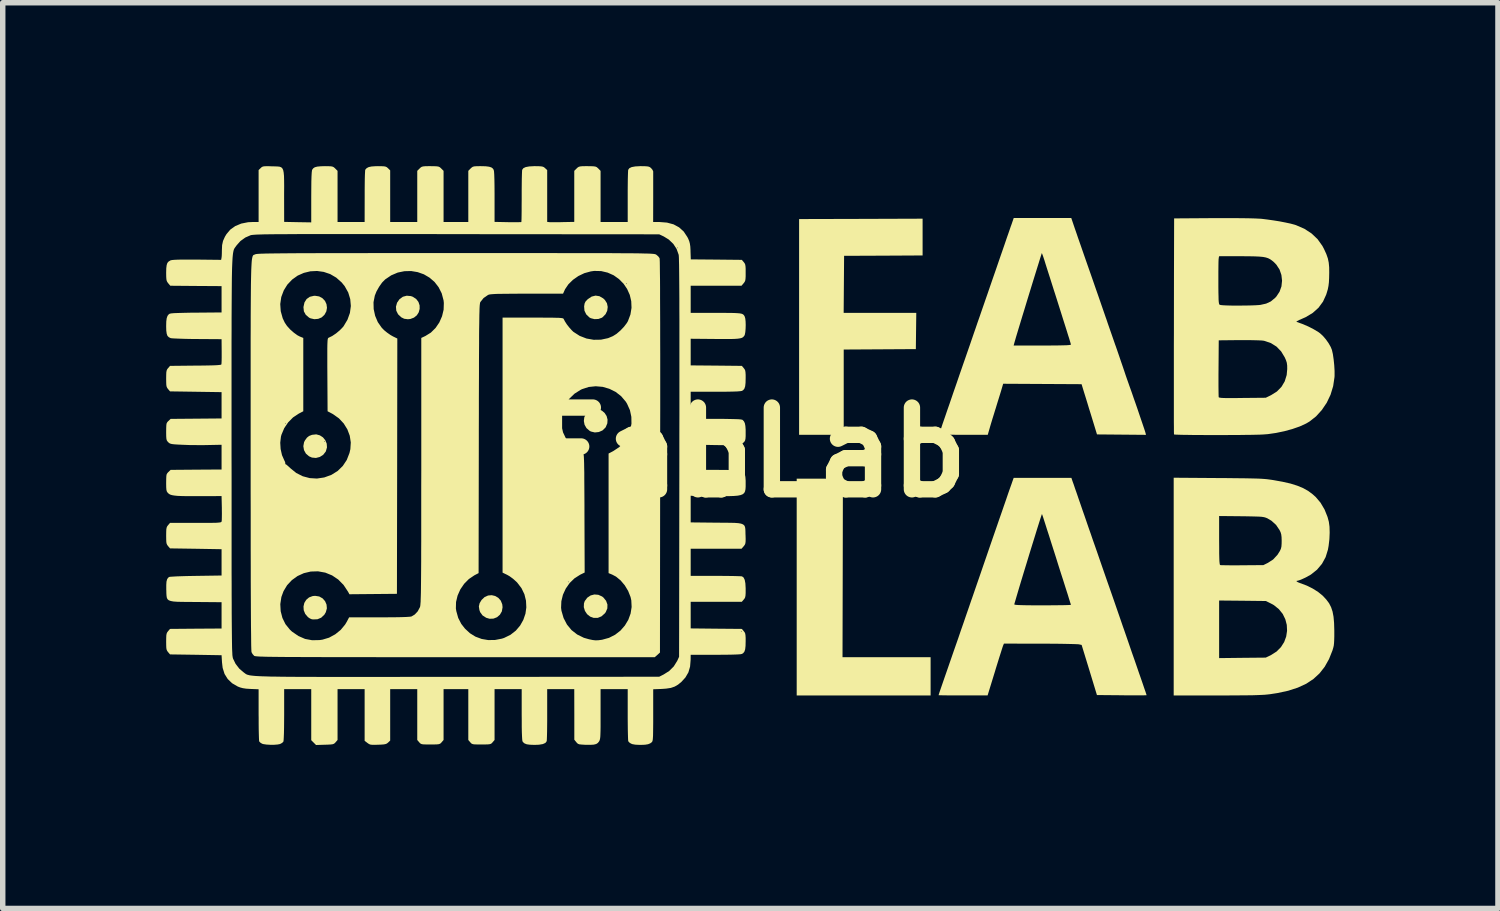
<source format=kicad_pcb>
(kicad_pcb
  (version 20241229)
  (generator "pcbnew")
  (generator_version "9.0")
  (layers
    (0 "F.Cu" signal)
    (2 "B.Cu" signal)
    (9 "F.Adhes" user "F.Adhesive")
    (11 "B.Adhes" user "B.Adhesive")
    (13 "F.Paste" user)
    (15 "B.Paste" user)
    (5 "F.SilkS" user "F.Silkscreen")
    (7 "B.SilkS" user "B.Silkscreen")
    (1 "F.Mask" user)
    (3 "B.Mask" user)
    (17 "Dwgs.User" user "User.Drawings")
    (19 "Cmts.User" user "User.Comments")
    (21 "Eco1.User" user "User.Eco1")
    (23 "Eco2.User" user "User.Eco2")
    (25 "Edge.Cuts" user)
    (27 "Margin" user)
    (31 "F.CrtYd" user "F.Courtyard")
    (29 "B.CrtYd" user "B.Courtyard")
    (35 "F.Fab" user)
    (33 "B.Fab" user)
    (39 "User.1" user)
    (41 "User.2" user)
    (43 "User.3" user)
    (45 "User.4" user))
  (footprint "FabLab"
    (layer "F.Cu")
    (at 10.725 5.253)
    (property "Reference" "FabLab" (at 0 0 0) (layer "F.SilkS") (effects (font (size 1.5 1.5) (thickness 0.3))))
    (attr board_only exclude_from_pos_files exclude_from_bom)
    (fp_poly (pts (xy 1.694 2.122) (xy 1.69 3.76) (xy 2.498 3.76) (xy 3.307 3.76) (xy 3.307 4.111) (xy 3.307 4.463) (xy 2.078 4.463) (xy 0.849 4.463) (xy 0.849 2.473) (xy 0.849 0.483) (xy 1.273 0.483) (xy 1.697 0.483)) (stroke (width 0) (type solid)) (fill yes) (layer "F.SilkS"))
    (fp_poly (pts (xy -6.233 -2.868) (xy -6.199 -2.856) (xy -6.135 -2.814) (xy -6.094 -2.76) (xy -6.073 -2.698) (xy -6.072 -2.633) (xy -6.089 -2.57) (xy -6.124 -2.515) (xy -6.176 -2.473) (xy -6.242 -2.448) (xy -6.288 -2.443) (xy -6.356 -2.452) (xy -6.41 -2.479) (xy -6.468 -2.534) (xy -6.501 -2.6) (xy -6.507 -2.673) (xy -6.487 -2.746) (xy -6.441 -2.812) (xy -6.38 -2.856) (xy -6.309 -2.875)) (stroke (width 0) (type solid)) (fill yes) (layer "F.SilkS"))
    (fp_poly (pts (xy -4.685 2.637) (xy -4.628 2.671) (xy -4.583 2.722) (xy -4.556 2.789) (xy -4.55 2.843) (xy -4.563 2.919) (xy -4.599 2.981) (xy -4.651 3.026) (xy -4.716 3.052) (xy -4.788 3.055) (xy -4.85 3.037) (xy -4.917 2.994) (xy -4.961 2.934) (xy -4.975 2.895) (xy -4.985 2.828) (xy -4.971 2.768) (xy -4.935 2.709) (xy -4.879 2.656) (xy -4.816 2.628) (xy -4.749 2.622)) (stroke (width 0) (type solid)) (fill yes) (layer "F.SilkS"))
    (fp_poly (pts (xy -2.792 2.615) (xy -2.723 2.646) (xy -2.7 2.664) (xy -2.65 2.725) (xy -2.625 2.794) (xy -2.627 2.865) (xy -2.656 2.933) (xy -2.673 2.956) (xy -2.735 3.011) (xy -2.804 3.039) (xy -2.877 3.039) (xy -2.941 3.016) (xy -2.998 2.971) (xy -3.038 2.911) (xy -3.059 2.842) (xy -3.056 2.773) (xy -3.042 2.731) (xy -2.995 2.668) (xy -2.934 2.627) (xy -2.865 2.609)) (stroke (width 0) (type solid)) (fill yes) (layer "F.SilkS"))
    (fp_poly (pts (xy 3.16 -3.952) (xy 3.16 -3.614) (xy 2.44 -3.61) (xy 1.719 -3.607) (xy 1.715 -3.084) (xy 1.711 -2.56) (xy 2.378 -2.56) (xy 3.044 -2.56) (xy 3.04 -2.228) (xy 3.036 -1.895) (xy 2.374 -1.891) (xy 1.712 -1.887) (xy 1.712 -1.105) (xy 1.712 -0.322) (xy 1.302 -0.322) (xy 0.893 -0.322) (xy 0.893 -2.302) (xy 0.893 -4.282) (xy 2.026 -4.285) (xy 3.16 -4.289)) (stroke (width 0) (type solid)) (fill yes) (layer "F.SilkS"))
    (fp_poly (pts (xy -7.917 -2.862) (xy -7.855 -2.828) (xy -7.809 -2.779) (xy -7.782 -2.719) (xy -7.773 -2.653) (xy -7.785 -2.587) (xy -7.819 -2.525) (xy -7.872 -2.476) (xy -7.935 -2.45) (xy -8.006 -2.444) (xy -8.076 -2.46) (xy -8.102 -2.473) (xy -8.162 -2.524) (xy -8.197 -2.588) (xy -8.205 -2.666) (xy -8.204 -2.671) (xy -8.186 -2.752) (xy -8.147 -2.814) (xy -8.089 -2.855) (xy -8.013 -2.873) (xy -7.993 -2.874)) (stroke (width 0) (type solid)) (fill yes) (layer "F.SilkS"))
    (fp_poly (pts (xy -2.788 -0.792) (xy -2.726 -0.765) (xy -2.676 -0.722) (xy -2.64 -0.666) (xy -2.623 -0.601) (xy -2.627 -0.533) (xy -2.655 -0.465) (xy -2.663 -0.453) (xy -2.716 -0.402) (xy -2.783 -0.373) (xy -2.856 -0.365) (xy -2.928 -0.382) (xy -2.952 -0.395) (xy -3.01 -0.445) (xy -3.045 -0.507) (xy -3.058 -0.575) (xy -3.05 -0.643) (xy -3.02 -0.706) (xy -2.968 -0.757) (xy -2.93 -0.778) (xy -2.857 -0.798)) (stroke (width 0) (type solid)) (fill yes) (layer "F.SilkS"))
    (fp_poly (pts (xy -7.915 2.646) (xy -7.853 2.681) (xy -7.808 2.732) (xy -7.781 2.795) (xy -7.775 2.864) (xy -7.794 2.934) (xy -7.821 2.98) (xy -7.879 3.035) (xy -7.948 3.064) (xy -8.029 3.067) (xy -8.055 3.063) (xy -8.087 3.049) (xy -8.122 3.025) (xy -8.123 3.024) (xy -8.173 2.965) (xy -8.2 2.898) (xy -8.204 2.83) (xy -8.189 2.764) (xy -8.154 2.707) (xy -8.102 2.663) (xy -8.035 2.638) (xy -7.99 2.634)) (stroke (width 0) (type solid)) (fill yes) (layer "F.SilkS"))
    (fp_poly (pts (xy -2.772 -2.866) (xy -2.704 -2.827) (xy -2.672 -2.797) (xy -2.634 -2.737) (xy -2.62 -2.669) (xy -2.629 -2.599) (xy -2.66 -2.535) (xy -2.712 -2.482) (xy -2.727 -2.471) (xy -2.791 -2.448) (xy -2.863 -2.445) (xy -2.93 -2.462) (xy -2.956 -2.476) (xy -3.014 -2.532) (xy -3.047 -2.6) (xy -3.053 -2.68) (xy -3.052 -2.685) (xy -3.044 -2.733) (xy -3.027 -2.768) (xy -2.993 -2.804) (xy -2.985 -2.812) (xy -2.915 -2.859) (xy -2.843 -2.877)) (stroke (width 0) (type solid)) (fill yes) (layer "F.SilkS"))
    (fp_poly (pts (xy -7.904 -0.312) (xy -7.847 -0.275) (xy -7.804 -0.222) (xy -7.778 -0.16) (xy -7.773 -0.091) (xy -7.793 -0.021) (xy -7.796 -0.014) (xy -7.843 0.046) (xy -7.905 0.085) (xy -7.976 0.103) (xy -8.049 0.096) (xy -8.102 0.073) (xy -8.16 0.023) (xy -8.195 -0.041) (xy -8.207 -0.113) (xy -8.194 -0.185) (xy -8.188 -0.198) (xy -7.828 -0.198) (xy -7.82 -0.19) (xy -7.813 -0.198) (xy -7.82 -0.205) (xy -7.828 -0.198) (xy -8.188 -0.198) (xy -8.177 -0.219) (xy -8.141 -0.269) (xy -8.103 -0.3) (xy -8.049 -0.321) (xy -8.043 -0.322) (xy -7.97 -0.33)) (stroke (width 0) (type solid)) (fill yes) (layer "F.SilkS"))
    (fp_poly (pts (xy 8.585 0.472) (xy 8.763 0.473) (xy 8.915 0.475) (xy 9.044 0.476) (xy 9.152 0.478) (xy 9.242 0.48) (xy 9.317 0.482) (xy 9.38 0.485) (xy 9.434 0.489) (xy 9.481 0.493) (xy 9.525 0.499) (xy 9.569 0.505) (xy 9.595 0.509) (xy 9.767 0.54) (xy 9.913 0.573) (xy 10.037 0.612) (xy 10.144 0.656) (xy 10.237 0.708) (xy 10.319 0.769) (xy 10.375 0.819) (xy 10.464 0.924) (xy 10.538 1.049) (xy 10.593 1.186) (xy 10.617 1.275) (xy 10.629 1.365) (xy 10.632 1.475) (xy 10.627 1.594) (xy 10.613 1.714) (xy 10.6 1.787) (xy 10.558 1.923) (xy 10.491 2.046) (xy 10.4 2.154) (xy 10.287 2.244) (xy 10.194 2.296) (xy 10.138 2.322) (xy 10.089 2.343) (xy 10.055 2.354) (xy 10.047 2.356) (xy 10.024 2.36) (xy 10.026 2.37) (xy 10.051 2.385) (xy 10.097 2.403) (xy 10.107 2.406) (xy 10.214 2.447) (xy 10.322 2.501) (xy 10.42 2.563) (xy 10.5 2.628) (xy 10.506 2.633) (xy 10.57 2.702) (xy 10.621 2.77) (xy 10.658 2.842) (xy 10.685 2.923) (xy 10.703 3.018) (xy 10.713 3.131) (xy 10.717 3.268) (xy 10.717 3.285) (xy 10.717 3.379) (xy 10.715 3.451) (xy 10.712 3.505) (xy 10.707 3.549) (xy 10.698 3.587) (xy 10.686 3.627) (xy 10.684 3.635) (xy 10.62 3.795) (xy 10.541 3.936) (xy 10.446 4.057) (xy 10.333 4.161) (xy 10.201 4.248) (xy 10.047 4.319) (xy 9.871 4.376) (xy 9.671 4.419) (xy 9.535 4.44) (xy 9.489 4.445) (xy 9.436 4.45) (xy 9.374 4.453) (xy 9.3 4.456) (xy 9.211 4.459) (xy 9.105 4.46) (xy 8.979 4.461) (xy 8.83 4.462) (xy 8.655 4.463) (xy 8.566 4.463) (xy 7.769 4.463) (xy 7.769 2.72) (xy 8.603 2.72) (xy 8.603 3.248) (xy 8.603 3.777) (xy 9.031 3.772) (xy 9.459 3.768) (xy 9.557 3.72) (xy 9.658 3.656) (xy 9.738 3.575) (xy 9.797 3.482) (xy 9.834 3.381) (xy 9.85 3.275) (xy 9.845 3.168) (xy 9.818 3.064) (xy 9.77 2.966) (xy 9.7 2.879) (xy 9.61 2.806) (xy 9.558 2.777) (xy 9.46 2.729) (xy 9.032 2.724) (xy 8.603 2.72) (xy 7.769 2.72) (xy 7.769 2.464) (xy 7.769 1.169) (xy 8.603 1.169) (xy 8.603 1.615) (xy 8.604 1.748) (xy 8.604 1.854) (xy 8.606 1.936) (xy 8.608 1.996) (xy 8.612 2.036) (xy 8.616 2.06) (xy 8.622 2.069) (xy 8.641 2.071) (xy 8.685 2.072) (xy 8.75 2.073) (xy 8.833 2.074) (xy 8.928 2.074) (xy 9.028 2.073) (xy 9.415 2.07) (xy 9.498 2.029) (xy 9.594 1.967) (xy 9.674 1.881) (xy 9.718 1.811) (xy 9.736 1.772) (xy 9.746 1.732) (xy 9.75 1.679) (xy 9.751 1.624) (xy 9.749 1.556) (xy 9.743 1.507) (xy 9.731 1.466) (xy 9.712 1.427) (xy 9.648 1.332) (xy 9.564 1.256) (xy 9.488 1.211) (xy 9.466 1.202) (xy 9.443 1.194) (xy 9.416 1.188) (xy 9.382 1.183) (xy 9.336 1.18) (xy 9.275 1.178) (xy 9.195 1.176) (xy 9.092 1.174) (xy 9.009 1.173) (xy 8.603 1.169) (xy 7.769 1.169) (xy 7.769 0.466)) (stroke (width 0) (type solid)) (fill yes) (layer "F.SilkS"))
    (fp_poly (pts (xy 5.361 -4.302) (xy 5.889 -4.301) (xy 5.952 -4.115) (xy 5.982 -4.029) (xy 6.013 -3.938) (xy 6.043 -3.852) (xy 6.065 -3.79) (xy 6.089 -3.72) (xy 6.121 -3.628) (xy 6.159 -3.519) (xy 6.202 -3.396) (xy 6.248 -3.265) (xy 6.295 -3.13) (xy 6.342 -2.994) (xy 6.388 -2.863) (xy 6.43 -2.741) (xy 6.468 -2.631) (xy 6.5 -2.539) (xy 6.524 -2.469) (xy 6.531 -2.451) (xy 6.556 -2.376) (xy 6.589 -2.281) (xy 6.626 -2.175) (xy 6.664 -2.066) (xy 6.7 -1.962) (xy 6.701 -1.961) (xy 6.736 -1.86) (xy 6.771 -1.758) (xy 6.804 -1.661) (xy 6.833 -1.577) (xy 6.855 -1.512) (xy 6.857 -1.507) (xy 6.883 -1.428) (xy 6.912 -1.344) (xy 6.939 -1.268) (xy 6.95 -1.236) (xy 6.973 -1.172) (xy 7.002 -1.091) (xy 7.033 -1) (xy 7.068 -0.901) (xy 7.103 -0.8) (xy 7.137 -0.699) (xy 7.169 -0.605) (xy 7.198 -0.52) (xy 7.222 -0.449) (xy 7.24 -0.395) (xy 7.249 -0.365) (xy 7.251 -0.36) (xy 7.26 -0.321) (xy 6.81 -0.325) (xy 6.361 -0.329) (xy 6.247 -0.702) (xy 6.214 -0.807) (xy 6.184 -0.907) (xy 6.156 -0.998) (xy 6.132 -1.075) (xy 6.114 -1.133) (xy 6.105 -1.163) (xy 6.078 -1.251) (xy 5.358 -1.255) (xy 4.639 -1.259) (xy 4.601 -1.13) (xy 4.582 -1.068) (xy 4.557 -0.987) (xy 4.529 -0.897) (xy 4.502 -0.808) (xy 4.496 -0.79) (xy 4.469 -0.702) (xy 4.441 -0.612) (xy 4.416 -0.529) (xy 4.396 -0.461) (xy 4.393 -0.45) (xy 4.356 -0.322) (xy 3.912 -0.322) (xy 3.781 -0.322) (xy 3.67 -0.324) (xy 3.582 -0.326) (xy 3.517 -0.329) (xy 3.479 -0.332) (xy 3.468 -0.336) (xy 3.472 -0.354) (xy 3.485 -0.395) (xy 3.504 -0.453) (xy 3.527 -0.523) (xy 3.542 -0.566) (xy 3.576 -0.664) (xy 3.614 -0.776) (xy 3.654 -0.89) (xy 3.689 -0.993) (xy 3.695 -1.01) (xy 3.722 -1.09) (xy 3.757 -1.19) (xy 3.796 -1.303) (xy 3.837 -1.423) (xy 3.878 -1.541) (xy 3.899 -1.602) (xy 3.939 -1.716) (xy 3.98 -1.835) (xy 4.021 -1.953) (xy 4.024 -1.961) (xy 4.831 -1.961) (xy 5.356 -1.961) (xy 5.51 -1.961) (xy 5.635 -1.962) (xy 5.733 -1.964) (xy 5.806 -1.966) (xy 5.853 -1.97) (xy 5.878 -1.974) (xy 5.882 -1.977) (xy 5.881 -1.983) (xy 5.878 -1.996) (xy 5.872 -2.018) (xy 5.862 -2.05) (xy 5.849 -2.095) (xy 5.83 -2.153) (xy 5.807 -2.228) (xy 5.778 -2.32) (xy 5.742 -2.433) (xy 5.7 -2.567) (xy 5.65 -2.725) (xy 5.592 -2.908) (xy 5.574 -2.963) (xy 5.537 -3.08) (xy 5.501 -3.194) (xy 5.467 -3.3) (xy 5.437 -3.394) (xy 5.413 -3.47) (xy 5.396 -3.526) (xy 5.389 -3.546) (xy 5.372 -3.598) (xy 5.358 -3.636) (xy 5.35 -3.655) (xy 5.348 -3.656) (xy 5.343 -3.641) (xy 5.33 -3.601) (xy 5.311 -3.54) (xy 5.286 -3.459) (xy 5.256 -3.363) (xy 5.222 -3.253) (xy 5.185 -3.134) (xy 5.146 -3.007) (xy 5.106 -2.877) (xy 5.066 -2.746) (xy 5.027 -2.617) (xy 4.989 -2.494) (xy 4.954 -2.378) (xy 4.922 -2.273) (xy 4.895 -2.183) (xy 4.873 -2.11) (xy 4.858 -2.057) (xy 4.85 -2.03) (xy 4.831 -1.961) (xy 4.024 -1.961) (xy 4.058 -2.061) (xy 4.09 -2.154) (xy 4.104 -2.195) (xy 4.132 -2.275) (xy 4.166 -2.375) (xy 4.206 -2.489) (xy 4.247 -2.608) (xy 4.288 -2.726) (xy 4.309 -2.787) (xy 4.349 -2.902) (xy 4.395 -3.036) (xy 4.445 -3.181) (xy 4.497 -3.33) (xy 4.546 -3.473) (xy 4.587 -3.592) (xy 4.627 -3.707) (xy 4.666 -3.82) (xy 4.702 -3.926) (xy 4.735 -4.02) (xy 4.762 -4.098) (xy 4.781 -4.154) (xy 4.786 -4.166) (xy 4.833 -4.302)) (stroke (width 0) (type solid)) (fill yes) (layer "F.SilkS"))
    (fp_poly (pts (xy 5.907 0.516) (xy 5.916 0.542) (xy 5.934 0.591) (xy 5.957 0.66) (xy 5.987 0.745) (xy 6.02 0.842) (xy 6.056 0.946) (xy 6.063 0.966) (xy 6.095 1.06) (xy 6.126 1.148) (xy 6.155 1.232) (xy 6.184 1.317) (xy 6.214 1.404) (xy 6.247 1.497) (xy 6.282 1.6) (xy 6.323 1.716) (xy 6.369 1.848) (xy 6.421 1.999) (xy 6.481 2.172) (xy 6.522 2.29) (xy 6.553 2.379) (xy 6.592 2.49) (xy 6.637 2.619) (xy 6.686 2.76) (xy 6.737 2.908) (xy 6.789 3.058) (xy 6.839 3.204) (xy 6.855 3.248) (xy 6.904 3.39) (xy 6.954 3.535) (xy 7.003 3.678) (xy 7.051 3.814) (xy 7.094 3.939) (xy 7.131 4.047) (xy 7.162 4.135) (xy 7.171 4.161) (xy 7.201 4.248) (xy 7.227 4.325) (xy 7.249 4.388) (xy 7.264 4.433) (xy 7.271 4.456) (xy 7.272 4.458) (xy 7.258 4.459) (xy 7.218 4.46) (xy 7.156 4.46) (xy 7.075 4.46) (xy 6.979 4.46) (xy 6.871 4.46) (xy 6.816 4.459) (xy 6.36 4.455) (xy 6.22 3.995) (xy 6.079 3.535) (xy 6.028 3.524) (xy 6.003 3.522) (xy 5.952 3.52) (xy 5.878 3.518) (xy 5.785 3.516) (xy 5.675 3.514) (xy 5.552 3.513) (xy 5.419 3.512) (xy 5.315 3.512) (xy 4.653 3.511) (xy 4.639 3.544) (xy 4.631 3.566) (xy 4.616 3.612) (xy 4.595 3.679) (xy 4.568 3.763) (xy 4.538 3.86) (xy 4.505 3.966) (xy 4.489 4.02) (xy 4.353 4.462) (xy 3.903 4.462) (xy 3.792 4.462) (xy 3.69 4.462) (xy 3.602 4.461) (xy 3.532 4.46) (xy 3.482 4.459) (xy 3.456 4.458) (xy 3.453 4.457) (xy 3.458 4.443) (xy 3.47 4.404) (xy 3.49 4.346) (xy 3.515 4.273) (xy 3.544 4.189) (xy 3.556 4.154) (xy 3.593 4.048) (xy 3.636 3.924) (xy 3.682 3.791) (xy 3.728 3.658) (xy 3.771 3.535) (xy 3.782 3.504) (xy 3.819 3.398) (xy 3.862 3.271) (xy 3.911 3.131) (xy 3.961 2.985) (xy 4.011 2.841) (xy 4.028 2.791) (xy 4.843 2.791) (xy 4.851 2.796) (xy 4.876 2.8) (xy 4.919 2.803) (xy 4.984 2.805) (xy 5.071 2.807) (xy 5.183 2.808) (xy 5.323 2.808) (xy 5.362 2.808) (xy 5.482 2.808) (xy 5.593 2.807) (xy 5.69 2.806) (xy 5.77 2.805) (xy 5.832 2.803) (xy 5.87 2.801) (xy 5.882 2.799) (xy 5.878 2.783) (xy 5.865 2.743) (xy 5.846 2.682) (xy 5.822 2.603) (xy 5.792 2.51) (xy 5.759 2.406) (xy 5.741 2.349) (xy 5.698 2.216) (xy 5.651 2.068) (xy 5.603 1.914) (xy 5.555 1.764) (xy 5.511 1.626) (xy 5.479 1.524) (xy 5.446 1.423) (xy 5.417 1.331) (xy 5.392 1.253) (xy 5.372 1.191) (xy 5.358 1.15) (xy 5.351 1.133) (xy 5.351 1.132) (xy 5.346 1.145) (xy 5.333 1.183) (xy 5.314 1.242) (xy 5.289 1.321) (xy 5.259 1.416) (xy 5.226 1.524) (xy 5.189 1.643) (xy 5.15 1.769) (xy 5.11 1.899) (xy 5.07 2.031) (xy 5.03 2.161) (xy 4.992 2.286) (xy 4.956 2.405) (xy 4.924 2.512) (xy 4.896 2.607) (xy 4.873 2.685) (xy 4.856 2.744) (xy 4.845 2.78) (xy 4.843 2.791) (xy 4.028 2.791) (xy 4.057 2.706) (xy 4.065 2.685) (xy 4.109 2.557) (xy 4.159 2.412) (xy 4.214 2.253) (xy 4.272 2.084) (xy 4.332 1.91) (xy 4.392 1.735) (xy 4.452 1.561) (xy 4.51 1.394) (xy 4.564 1.237) (xy 4.614 1.094) (xy 4.657 0.969) (xy 4.693 0.866) (xy 4.706 0.827) (xy 4.733 0.748) (xy 4.76 0.671) (xy 4.784 0.604) (xy 4.801 0.556) (xy 4.802 0.552) (xy 4.832 0.468) (xy 5.361 0.468) (xy 5.891 0.468)) (stroke (width 0) (type solid)) (fill yes) (layer "F.SilkS"))
    (fp_poly (pts (xy 8.867 -4.299) (xy 9.022 -4.298) (xy 9.154 -4.296) (xy 9.261 -4.293) (xy 9.342 -4.289) (xy 9.379 -4.287) (xy 9.484 -4.274) (xy 9.597 -4.258) (xy 9.71 -4.24) (xy 9.818 -4.219) (xy 9.912 -4.199) (xy 9.987 -4.179) (xy 10.012 -4.171) (xy 10.167 -4.104) (xy 10.299 -4.018) (xy 10.41 -3.913) (xy 10.499 -3.788) (xy 10.529 -3.731) (xy 10.571 -3.639) (xy 10.599 -3.559) (xy 10.615 -3.481) (xy 10.623 -3.394) (xy 10.624 -3.299) (xy 10.622 -3.199) (xy 10.618 -3.12) (xy 10.61 -3.054) (xy 10.598 -2.993) (xy 10.579 -2.929) (xy 10.568 -2.894) (xy 10.51 -2.767) (xy 10.428 -2.655) (xy 10.322 -2.56) (xy 10.191 -2.481) (xy 10.123 -2.451) (xy 10.072 -2.429) (xy 10.037 -2.41) (xy 10.021 -2.398) (xy 10.023 -2.395) (xy 10.128 -2.358) (xy 10.238 -2.311) (xy 10.341 -2.258) (xy 10.429 -2.205) (xy 10.457 -2.184) (xy 10.509 -2.136) (xy 10.563 -2.073) (xy 10.613 -2.002) (xy 10.652 -1.933) (xy 10.673 -1.881) (xy 10.691 -1.803) (xy 10.705 -1.705) (xy 10.716 -1.599) (xy 10.722 -1.494) (xy 10.722 -1.4) (xy 10.72 -1.376) (xy 10.696 -1.214) (xy 10.648 -1.057) (xy 10.578 -0.91) (xy 10.488 -0.777) (xy 10.382 -0.66) (xy 10.261 -0.565) (xy 10.2 -0.529) (xy 10.085 -0.476) (xy 9.95 -0.429) (xy 9.801 -0.388) (xy 9.647 -0.356) (xy 9.496 -0.334) (xy 9.416 -0.328) (xy 9.355 -0.325) (xy 9.274 -0.323) (xy 9.176 -0.321) (xy 9.064 -0.32) (xy 8.941 -0.318) (xy 8.811 -0.318) (xy 8.676 -0.317) (xy 8.54 -0.317) (xy 8.405 -0.317) (xy 8.276 -0.318) (xy 8.155 -0.318) (xy 8.045 -0.32) (xy 7.949 -0.321) (xy 7.871 -0.323) (xy 7.815 -0.325) (xy 7.782 -0.327) (xy 7.775 -0.329) (xy 7.774 -0.345) (xy 7.773 -0.389) (xy 7.773 -0.459) (xy 7.772 -0.552) (xy 7.772 -0.668) (xy 7.772 -0.805) (xy 7.772 -0.961) (xy 7.772 -1.135) (xy 7.772 -1.313) (xy 8.591 -1.313) (xy 8.591 -1.214) (xy 8.592 -1.131) (xy 8.593 -1.068) (xy 8.594 -1.027) (xy 8.595 -1.013) (xy 8.602 -1.007) (xy 8.619 -1.003) (xy 8.65 -0.999) (xy 8.697 -0.997) (xy 8.763 -0.996) (xy 8.851 -0.996) (xy 8.964 -0.997) (xy 9.031 -0.998) (xy 9.459 -1.002) (xy 9.557 -1.05) (xy 9.664 -1.117) (xy 9.747 -1.202) (xy 9.807 -1.303) (xy 9.843 -1.419) (xy 9.853 -1.529) (xy 9.852 -1.595) (xy 9.845 -1.645) (xy 9.83 -1.692) (xy 9.807 -1.744) (xy 9.741 -1.853) (xy 9.656 -1.941) (xy 9.554 -2.005) (xy 9.437 -2.045) (xy 9.42 -2.049) (xy 9.383 -2.053) (xy 9.321 -2.056) (xy 9.241 -2.058) (xy 9.146 -2.06) (xy 9.042 -2.06) (xy 8.968 -2.06) (xy 8.596 -2.056) (xy 8.592 -1.544) (xy 8.591 -1.424) (xy 8.591 -1.313) (xy 7.772 -1.313) (xy 7.772 -1.324) (xy 7.772 -1.526) (xy 7.772 -1.742) (xy 7.772 -1.967) (xy 7.773 -2.202) (xy 7.773 -2.319) (xy 7.774 -3.19) (xy 8.589 -3.19) (xy 8.589 -3.161) (xy 8.589 -3.035) (xy 8.59 -2.935) (xy 8.592 -2.859) (xy 8.593 -2.802) (xy 8.596 -2.762) (xy 8.6 -2.735) (xy 8.605 -2.719) (xy 8.611 -2.71) (xy 8.615 -2.708) (xy 8.638 -2.703) (xy 8.685 -2.699) (xy 8.752 -2.696) (xy 8.832 -2.694) (xy 8.922 -2.693) (xy 9.017 -2.694) (xy 9.11 -2.695) (xy 9.199 -2.697) (xy 9.276 -2.7) (xy 9.338 -2.704) (xy 9.363 -2.707) (xy 9.466 -2.73) (xy 9.552 -2.77) (xy 9.628 -2.833) (xy 9.653 -2.859) (xy 9.712 -2.948) (xy 9.747 -3.046) (xy 9.758 -3.151) (xy 9.746 -3.256) (xy 9.712 -3.355) (xy 9.654 -3.444) (xy 9.61 -3.49) (xy 9.574 -3.52) (xy 9.54 -3.544) (xy 9.503 -3.563) (xy 9.46 -3.577) (xy 9.407 -3.587) (xy 9.341 -3.593) (xy 9.257 -3.597) (xy 9.152 -3.599) (xy 9.021 -3.6) (xy 9.013 -3.6) (xy 8.909 -3.6) (xy 8.814 -3.6) (xy 8.732 -3.6) (xy 8.667 -3.6) (xy 8.624 -3.6) (xy 8.607 -3.6) (xy 8.601 -3.594) (xy 8.597 -3.575) (xy 8.593 -3.54) (xy 8.591 -3.487) (xy 8.59 -3.412) (xy 8.589 -3.314) (xy 8.589 -3.19) (xy 7.774 -3.19) (xy 7.777 -4.294) (xy 8.493 -4.299) (xy 8.69 -4.299)) (stroke (width 0) (type solid)) (fill yes) (layer "F.SilkS"))
    (fp_poly (pts (xy -5.026 -3.658) (xy -4.669 -3.658) (xy -4.339 -3.658) (xy -4.036 -3.658) (xy -3.757 -3.658) (xy -3.502 -3.657) (xy -3.27 -3.657) (xy -3.059 -3.657) (xy -2.87 -3.657) (xy -2.699 -3.656) (xy -2.547 -3.656) (xy -2.412 -3.655) (xy -2.294 -3.654) (xy -2.19 -3.654) (xy -2.101 -3.653) (xy -2.025 -3.652) (xy -1.96 -3.65) (xy -1.907 -3.649) (xy -1.863 -3.648) (xy -1.827 -3.646) (xy -1.8 -3.644) (xy -1.778 -3.642) (xy -1.762 -3.64) (xy -1.751 -3.637) (xy -1.742 -3.635) (xy -1.736 -3.632) (xy -1.73 -3.629) (xy -1.73 -3.629) (xy -1.694 -3.599) (xy -1.669 -3.566) (xy -1.668 -3.562) (xy -1.666 -3.542) (xy -1.664 -3.494) (xy -1.663 -3.418) (xy -1.662 -3.313) (xy -1.66 -3.18) (xy -1.659 -3.019) (xy -1.659 -2.831) (xy -1.658 -2.616) (xy -1.657 -2.374) (xy -1.657 -2.106) (xy -1.656 -1.811) (xy -1.656 -1.491) (xy -1.656 -1.146) (xy -1.656 -0.775) (xy -1.657 -0.38) (xy -1.657 0.04) (xy -1.657 0.076) (xy -1.661 3.675) (xy -1.708 3.718) (xy -1.756 3.76) (xy -5.417 3.76) (xy -5.805 3.76) (xy -6.164 3.76) (xy -6.496 3.76) (xy -6.802 3.76) (xy -7.083 3.759) (xy -7.34 3.759) (xy -7.574 3.759) (xy -7.787 3.759) (xy -7.979 3.758) (xy -8.151 3.758) (xy -8.304 3.757) (xy -8.441 3.757) (xy -8.56 3.756) (xy -8.665 3.755) (xy -8.755 3.754) (xy -8.832 3.753) (xy -8.897 3.752) (xy -8.95 3.75) (xy -8.994 3.749) (xy -9.029 3.747) (xy -9.056 3.745) (xy -9.077 3.743) (xy -9.091 3.741) (xy -9.101 3.739) (xy -9.108 3.736) (xy -9.111 3.734) (xy -9.14 3.701) (xy -9.158 3.668) (xy -9.16 3.651) (xy -9.162 3.609) (xy -9.164 3.543) (xy -9.165 3.452) (xy -9.166 3.336) (xy -9.168 3.195) (xy -9.169 3.027) (xy -9.17 2.834) (xy -9.17 2.786) (xy -8.63 2.786) (xy -8.623 2.916) (xy -8.591 3.04) (xy -8.535 3.154) (xy -8.455 3.253) (xy -8.416 3.29) (xy -8.298 3.371) (xy -8.175 3.425) (xy -8.045 3.449) (xy -7.908 3.446) (xy -7.855 3.438) (xy -7.735 3.402) (xy -7.621 3.34) (xy -7.521 3.259) (xy -7.44 3.161) (xy -7.409 3.109) (xy -7.367 3.029) (xy -6.815 3.029) (xy -6.655 3.028) (xy -6.519 3.027) (xy -6.406 3.025) (xy -6.319 3.022) (xy -6.258 3.018) (xy -6.226 3.014) (xy -6.223 3.013) (xy -6.161 2.976) (xy -6.107 2.918) (xy -6.079 2.865) (xy -5.407 2.865) (xy -5.399 2.915) (xy -5.364 3.04) (xy -5.308 3.149) (xy -5.24 3.236) (xy -5.148 3.321) (xy -5.048 3.383) (xy -4.932 3.426) (xy -4.931 3.426) (xy -4.813 3.446) (xy -4.687 3.444) (xy -4.563 3.42) (xy -4.523 3.407) (xy -4.406 3.35) (xy -4.307 3.273) (xy -4.228 3.18) (xy -4.169 3.075) (xy -4.13 2.962) (xy -4.115 2.854) (xy -3.476 2.854) (xy -3.469 2.908) (xy -3.43 3.042) (xy -3.368 3.161) (xy -3.284 3.263) (xy -3.18 3.344) (xy -3.058 3.404) (xy -2.964 3.431) (xy -2.896 3.445) (xy -2.843 3.451) (xy -2.791 3.449) (xy -2.729 3.441) (xy -2.719 3.439) (xy -2.596 3.405) (xy -2.484 3.348) (xy -2.386 3.272) (xy -2.305 3.179) (xy -2.242 3.074) (xy -2.2 2.959) (xy -2.181 2.839) (xy -2.187 2.717) (xy -2.201 2.655) (xy -2.245 2.544) (xy -2.307 2.441) (xy -2.383 2.351) (xy -2.468 2.281) (xy -2.538 2.244) (xy -2.604 2.217) (xy -2.604 1.119) (xy -2.604 0.022) (xy -2.52 -0.022) (xy -2.411 -0.094) (xy -2.321 -0.184) (xy -2.253 -0.289) (xy -2.207 -0.404) (xy -2.184 -0.526) (xy -2.186 -0.651) (xy -2.212 -0.774) (xy -2.265 -0.892) (xy -2.289 -0.931) (xy -2.373 -1.03) (xy -2.474 -1.109) (xy -2.589 -1.166) (xy -2.712 -1.202) (xy -2.84 -1.213) (xy -2.968 -1.2) (xy -3.091 -1.16) (xy -3.116 -1.148) (xy -3.229 -1.077) (xy -3.323 -0.986) (xy -3.397 -0.882) (xy -3.448 -0.766) (xy -3.475 -0.643) (xy -3.475 -0.517) (xy -3.471 -0.489) (xy -3.44 -0.366) (xy -3.389 -0.259) (xy -3.316 -0.164) (xy -3.218 -0.078) (xy -3.094 0.001) (xy -3.08 0.009) (xy -3.074 0.013) (xy -3.07 0.018) (xy -3.066 0.028) (xy -3.062 0.044) (xy -3.059 0.067) (xy -3.057 0.101) (xy -3.055 0.146) (xy -3.053 0.206) (xy -3.052 0.281) (xy -3.05 0.374) (xy -3.05 0.488) (xy -3.049 0.623) (xy -3.048 0.782) (xy -3.047 0.966) (xy -3.047 1.115) (xy -3.043 2.206) (xy -3.125 2.246) (xy -3.229 2.312) (xy -3.318 2.398) (xy -3.39 2.501) (xy -3.442 2.614) (xy -3.471 2.733) (xy -3.476 2.854) (xy -4.115 2.854) (xy -4.114 2.843) (xy -4.12 2.723) (xy -4.149 2.605) (xy -4.203 2.493) (xy -4.282 2.39) (xy -4.294 2.378) (xy -3.351 2.378) (xy -3.343 2.385) (xy -3.336 2.378) (xy -3.343 2.37) (xy -3.351 2.378) (xy -4.294 2.378) (xy -4.295 2.377) (xy -4.356 2.322) (xy -4.42 2.275) (xy -4.467 2.248) (xy -4.55 2.208) (xy -4.55 -0.132) (xy -4.55 -2.473) (xy -3.994 -2.473) (xy -3.851 -2.473) (xy -3.735 -2.472) (xy -3.643 -2.472) (xy -3.571 -2.47) (xy -3.518 -2.469) (xy -3.48 -2.466) (xy -3.455 -2.463) (xy -3.44 -2.458) (xy -3.431 -2.453) (xy -3.428 -2.447) (xy -3.405 -2.403) (xy -3.369 -2.347) (xy -3.324 -2.29) (xy -3.279 -2.24) (xy -3.25 -2.212) (xy -3.135 -2.138) (xy -3.009 -2.089) (xy -2.877 -2.066) (xy -2.744 -2.068) (xy -2.613 -2.096) (xy -2.525 -2.133) (xy -2.458 -2.175) (xy -2.387 -2.236) (xy -2.321 -2.305) (xy -2.268 -2.375) (xy -2.249 -2.408) (xy -2.203 -2.53) (xy -2.183 -2.653) (xy -2.188 -2.774) (xy -2.215 -2.89) (xy -2.264 -2.999) (xy -2.329 -3.095) (xy -2.282 -3.095) (xy -2.275 -3.087) (xy -2.268 -3.095) (xy -2.275 -3.102) (xy -2.282 -3.095) (xy -2.329 -3.095) (xy -2.331 -3.097) (xy -2.414 -3.181) (xy -2.511 -3.25) (xy -2.621 -3.299) (xy -2.74 -3.327) (xy -2.868 -3.33) (xy -2.931 -3.321) (xy -3.048 -3.289) (xy -3.159 -3.236) (xy -3.259 -3.166) (xy -3.342 -3.084) (xy -3.403 -2.994) (xy -3.412 -2.974) (xy -3.44 -2.912) (xy -4.106 -2.912) (xy -4.265 -2.912) (xy -4.398 -2.911) (xy -4.507 -2.91) (xy -4.594 -2.909) (xy -4.663 -2.908) (xy -4.715 -2.905) (xy -4.754 -2.902) (xy -4.783 -2.899) (xy -4.803 -2.894) (xy -4.817 -2.889) (xy -4.818 -2.888) (xy -4.898 -2.833) (xy -4.955 -2.762) (xy -4.958 -2.758) (xy -4.961 -2.751) (xy -4.964 -2.74) (xy -4.966 -2.724) (xy -4.969 -2.702) (xy -4.971 -2.672) (xy -4.973 -2.633) (xy -4.974 -2.584) (xy -4.976 -2.523) (xy -4.977 -2.45) (xy -4.978 -2.362) (xy -4.98 -2.259) (xy -4.981 -2.139) (xy -4.981 -2.001) (xy -4.982 -1.844) (xy -4.983 -1.666) (xy -4.983 -1.466) (xy -4.984 -1.243) (xy -4.985 -0.995) (xy -4.985 -0.721) (xy -4.986 -0.419) (xy -4.986 -0.249) (xy -4.99 2.217) (xy -5.067 2.257) (xy -5.169 2.326) (xy -5.256 2.414) (xy -5.326 2.517) (xy -5.376 2.63) (xy -5.404 2.747) (xy -5.407 2.865) (xy -6.079 2.865) (xy -6.07 2.849) (xy -6.064 2.833) (xy -6.061 2.82) (xy -6.059 2.802) (xy -6.057 2.776) (xy -6.054 2.742) (xy -6.053 2.698) (xy -6.051 2.642) (xy -6.049 2.574) (xy -6.048 2.493) (xy -6.047 2.396) (xy -6.046 2.283) (xy -6.045 2.153) (xy -6.044 2.003) (xy -6.044 1.833) (xy -6.043 1.642) (xy -6.043 1.428) (xy -6.043 1.19) (xy -6.043 0.926) (xy -6.043 0.636) (xy -6.042 0.33) (xy -6.042 -2.1) (xy -5.966 -2.136) (xy -5.866 -2.198) (xy -5.78 -2.283) (xy -5.711 -2.384) (xy -5.661 -2.498) (xy -5.632 -2.618) (xy -5.628 -2.741) (xy -5.633 -2.789) (xy -5.667 -2.918) (xy -5.724 -3.031) (xy -5.799 -3.128) (xy -5.891 -3.207) (xy -5.995 -3.268) (xy -6.109 -3.308) (xy -6.229 -3.328) (xy -6.352 -3.325) (xy -6.474 -3.3) (xy -6.594 -3.249) (xy -6.705 -3.174) (xy -6.762 -3.116) (xy -6.816 -3.039) (xy -6.864 -2.954) (xy -6.895 -2.877) (xy -6.919 -2.755) (xy -6.916 -2.63) (xy -6.889 -2.506) (xy -6.84 -2.39) (xy -6.768 -2.287) (xy -6.723 -2.241) (xy -6.669 -2.197) (xy -6.609 -2.155) (xy -6.562 -2.128) (xy -6.482 -2.089) (xy -6.485 0.254) (xy -6.489 2.597) (xy -6.925 2.601) (xy -7.361 2.605) (xy -7.386 2.559) (xy -7.468 2.435) (xy -7.566 2.335) (xy -7.679 2.259) (xy -7.804 2.208) (xy -7.938 2.184) (xy -8.071 2.188) (xy -8.198 2.218) (xy -8.314 2.271) (xy -8.418 2.346) (xy -8.505 2.439) (xy -8.571 2.549) (xy -8.61 2.655) (xy -8.63 2.786) (xy -9.17 2.786) (xy -9.171 2.614) (xy -9.172 2.367) (xy -9.172 2.093) (xy -9.173 1.791) (xy -9.173 1.462) (xy -9.173 1.104) (xy -9.174 0.718) (xy -9.174 0.304) (xy -9.174 0.05) (xy -9.174 -0.177) (xy -8.631 -0.177) (xy -8.624 -0.061) (xy -8.599 0.051) (xy -8.558 0.144) (xy -8.542 0.178) (xy -8.537 0.203) (xy -8.538 0.206) (xy -8.539 0.217) (xy -8.535 0.217) (xy -8.519 0.225) (xy -8.49 0.25) (xy -8.451 0.285) (xy -8.442 0.294) (xy -8.337 0.379) (xy -8.218 0.439) (xy -8.09 0.473) (xy -7.957 0.481) (xy -7.823 0.461) (xy -7.823 0.461) (xy -7.691 0.413) (xy -7.577 0.342) (xy -7.483 0.25) (xy -7.41 0.14) (xy -7.36 0.012) (xy -7.344 -0.058) (xy -7.336 -0.182) (xy -7.355 -0.305) (xy -7.399 -0.422) (xy -7.466 -0.53) (xy -7.554 -0.624) (xy -7.661 -0.7) (xy -7.677 -0.709) (xy -7.762 -0.754) (xy -7.766 -1.423) (xy -7.767 -1.581) (xy -7.767 -1.712) (xy -7.767 -1.819) (xy -7.767 -1.904) (xy -7.766 -1.97) (xy -7.764 -2.019) (xy -7.762 -2.054) (xy -7.759 -2.077) (xy -7.755 -2.091) (xy -7.75 -2.099) (xy -7.744 -2.103) (xy -7.678 -2.135) (xy -7.605 -2.184) (xy -7.536 -2.242) (xy -7.479 -2.301) (xy -7.468 -2.315) (xy -7.397 -2.434) (xy -7.352 -2.559) (xy -7.335 -2.686) (xy -7.346 -2.812) (xy -7.383 -2.934) (xy -7.448 -3.05) (xy -7.503 -3.118) (xy -7.603 -3.207) (xy -7.714 -3.272) (xy -7.833 -3.312) (xy -7.955 -3.329) (xy -8.078 -3.323) (xy -8.198 -3.294) (xy -8.311 -3.244) (xy -8.413 -3.171) (xy -8.501 -3.078) (xy -8.566 -2.973) (xy -8.612 -2.851) (xy -8.631 -2.722) (xy -8.622 -2.591) (xy -8.586 -2.461) (xy -8.548 -2.381) (xy -8.507 -2.32) (xy -8.449 -2.256) (xy -8.382 -2.197) (xy -8.316 -2.149) (xy -8.272 -2.126) (xy -8.208 -2.1) (xy -8.208 -1.427) (xy -8.208 -0.754) (xy -8.292 -0.71) (xy -8.396 -0.641) (xy -8.486 -0.55) (xy -8.558 -0.443) (xy -8.608 -0.325) (xy -8.618 -0.289) (xy -8.631 -0.177) (xy -9.174 -0.177) (xy -9.174 -0.337) (xy -9.174 -0.534) (xy -8.545 -0.534) (xy -8.537 -0.527) (xy -8.53 -0.534) (xy -8.537 -0.541) (xy -8.545 -0.534) (xy -9.174 -0.534) (xy -9.174 -0.695) (xy -9.174 -1.026) (xy -9.174 -1.33) (xy -9.174 -1.61) (xy -9.174 -1.866) (xy -9.174 -2.1) (xy -9.173 -2.311) (xy -9.173 -2.502) (xy -9.172 -2.673) (xy -9.171 -2.826) (xy -9.17 -2.961) (xy -9.169 -3.08) (xy -9.167 -3.184) (xy -9.165 -3.273) (xy -9.163 -3.349) (xy -9.16 -3.413) (xy -9.157 -3.467) (xy -9.154 -3.51) (xy -9.15 -3.544) (xy -9.145 -3.571) (xy -9.14 -3.591) (xy -9.135 -3.605) (xy -9.129 -3.615) (xy -9.123 -3.621) (xy -9.116 -3.625) (xy -9.108 -3.628) (xy -9.1 -3.63) (xy -9.091 -3.634) (xy -9.087 -3.636) (xy -9.08 -3.638) (xy -9.068 -3.64) (xy -9.05 -3.642) (xy -9.024 -3.644) (xy -8.991 -3.646) (xy -8.948 -3.647) (xy -8.895 -3.649) (xy -8.831 -3.65) (xy -8.754 -3.651) (xy -8.664 -3.652) (xy -8.559 -3.653) (xy -8.439 -3.654) (xy -8.302 -3.655) (xy -8.147 -3.655) (xy -7.974 -3.656) (xy -7.78 -3.656) (xy -7.566 -3.657) (xy -7.33 -3.657) (xy -7.071 -3.657) (xy -6.788 -3.658) (xy -6.48 -3.658) (xy -6.145 -3.658) (xy -5.784 -3.658) (xy -5.411 -3.658)) (stroke (width 0) (type solid)) (fill yes) (layer "F.SilkS"))
    (fp_poly (pts (xy -1.94 -5.252) (xy -1.894 -5.249) (xy -1.864 -5.243) (xy -1.843 -5.233) (xy -1.824 -5.217) (xy -1.798 -5.186) (xy -1.785 -5.157) (xy -1.785 -5.155) (xy -1.785 -5.134) (xy -1.785 -5.088) (xy -1.785 -5.02) (xy -1.785 -4.934) (xy -1.785 -4.834) (xy -1.785 -4.724) (xy -1.785 -4.678) (xy -1.786 -4.228) (xy -1.672 -4.228) (xy -1.532 -4.217) (xy -1.412 -4.185) (xy -1.31 -4.13) (xy -1.225 -4.053) (xy -1.158 -3.952) (xy -1.143 -3.923) (xy -1.124 -3.877) (xy -1.112 -3.832) (xy -1.104 -3.778) (xy -1.1 -3.707) (xy -1.1 -3.691) (xy -1.095 -3.542) (xy -0.627 -3.538) (xy -0.158 -3.533) (xy -0.123 -3.492) (xy -0.107 -3.471) (xy -0.097 -3.449) (xy -0.091 -3.418) (xy -0.088 -3.371) (xy -0.088 -3.302) (xy -0.088 -3.3) (xy -0.088 -3.23) (xy -0.091 -3.183) (xy -0.096 -3.152) (xy -0.107 -3.128) (xy -0.123 -3.106) (xy -0.126 -3.103) (xy -0.164 -3.058) (xy -0.63 -3.058) (xy -1.097 -3.058) (xy -1.097 -2.809) (xy -1.097 -2.56) (xy -0.633 -2.56) (xy -0.5 -2.56) (xy -0.393 -2.559) (xy -0.309 -2.558) (xy -0.246 -2.555) (xy -0.198 -2.551) (xy -0.165 -2.545) (xy -0.142 -2.536) (xy -0.126 -2.524) (xy -0.115 -2.51) (xy -0.105 -2.492) (xy -0.095 -2.457) (xy -0.089 -2.403) (xy -0.087 -2.337) (xy -0.089 -2.27) (xy -0.094 -2.208) (xy -0.103 -2.162) (xy -0.11 -2.144) (xy -0.124 -2.126) (xy -0.14 -2.111) (xy -0.162 -2.1) (xy -0.193 -2.092) (xy -0.236 -2.086) (xy -0.294 -2.082) (xy -0.371 -2.08) (xy -0.469 -2.08) (xy -0.592 -2.08) (xy -0.655 -2.081) (xy -1.097 -2.085) (xy -1.097 -1.84) (xy -1.097 -1.596) (xy -0.628 -1.592) (xy -0.158 -1.587) (xy -0.123 -1.546) (xy -0.107 -1.525) (xy -0.096 -1.501) (xy -0.091 -1.469) (xy -0.088 -1.421) (xy -0.088 -1.361) (xy -0.09 -1.274) (xy -0.097 -1.212) (xy -0.111 -1.17) (xy -0.133 -1.142) (xy -0.156 -1.128) (xy -0.184 -1.123) (xy -0.241 -1.118) (xy -0.327 -1.115) (xy -0.441 -1.113) (xy -0.585 -1.112) (xy -0.644 -1.112) (xy -1.097 -1.112) (xy -1.097 -0.863) (xy -1.097 -0.615) (xy -0.633 -0.614) (xy -0.492 -0.614) (xy -0.378 -0.612) (xy -0.29 -0.61) (xy -0.224 -0.608) (xy -0.179 -0.604) (xy -0.153 -0.599) (xy -0.145 -0.596) (xy -0.12 -0.57) (xy -0.103 -0.535) (xy -0.093 -0.485) (xy -0.088 -0.415) (xy -0.088 -0.366) (xy -0.088 -0.298) (xy -0.091 -0.252) (xy -0.097 -0.222) (xy -0.107 -0.202) (xy -0.122 -0.184) (xy -0.143 -0.168) (xy -0.172 -0.155) (xy -0.211 -0.146) (xy -0.265 -0.139) (xy -0.335 -0.134) (xy -0.425 -0.132) (xy -0.537 -0.132) (xy -0.675 -0.134) (xy -0.727 -0.135) (xy -1.097 -0.142) (xy -1.097 0.09) (xy -1.097 0.322) (xy -0.633 0.322) (xy -0.492 0.323) (xy -0.378 0.324) (xy -0.29 0.326) (xy -0.224 0.329) (xy -0.179 0.332) (xy -0.153 0.337) (xy -0.145 0.341) (xy -0.12 0.366) (xy -0.103 0.401) (xy -0.093 0.451) (xy -0.088 0.521) (xy -0.088 0.57) (xy -0.088 0.629) (xy -0.091 0.676) (xy -0.099 0.715) (xy -0.114 0.745) (xy -0.14 0.768) (xy -0.179 0.784) (xy -0.233 0.795) (xy -0.305 0.801) (xy -0.398 0.804) (xy -0.514 0.804) (xy -0.656 0.803) (xy -0.706 0.802) (xy -1.097 0.797) (xy -1.097 1.042) (xy -1.097 1.286) (xy -0.63 1.291) (xy -0.491 1.292) (xy -0.378 1.293) (xy -0.289 1.295) (xy -0.221 1.3) (xy -0.171 1.309) (xy -0.136 1.323) (xy -0.113 1.342) (xy -0.1 1.369) (xy -0.094 1.405) (xy -0.092 1.45) (xy -0.091 1.506) (xy -0.09 1.519) (xy -0.088 1.59) (xy -0.089 1.637) (xy -0.093 1.669) (xy -0.101 1.692) (xy -0.115 1.713) (xy -0.124 1.724) (xy -0.164 1.77) (xy -0.63 1.77) (xy -1.097 1.77) (xy -1.097 2.019) (xy -1.097 2.268) (xy -0.638 2.268) (xy -0.524 2.268) (xy -0.418 2.269) (xy -0.326 2.27) (xy -0.249 2.272) (xy -0.193 2.274) (xy -0.16 2.276) (xy -0.154 2.277) (xy -0.125 2.299) (xy -0.105 2.341) (xy -0.093 2.405) (xy -0.088 2.494) (xy -0.088 2.515) (xy -0.088 2.583) (xy -0.091 2.629) (xy -0.097 2.66) (xy -0.108 2.683) (xy -0.123 2.702) (xy -0.158 2.743) (xy -0.628 2.743) (xy -1.097 2.743) (xy -1.097 2.988) (xy -1.097 3.232) (xy -0.628 3.237) (xy -0.158 3.241) (xy -0.123 3.282) (xy -0.107 3.303) (xy -0.096 3.327) (xy -0.091 3.359) (xy -0.088 3.407) (xy -0.088 3.468) (xy -0.09 3.554) (xy -0.097 3.616) (xy -0.111 3.658) (xy -0.133 3.686) (xy -0.156 3.7) (xy -0.184 3.706) (xy -0.241 3.71) (xy -0.327 3.713) (xy -0.441 3.715) (xy -0.585 3.716) (xy -0.644 3.716) (xy -1.097 3.716) (xy -1.098 3.808) (xy -1.108 3.932) (xy -1.139 4.039) (xy -1.194 4.133) (xy -1.267 4.213) (xy -1.329 4.264) (xy -1.391 4.3) (xy -1.461 4.324) (xy -1.546 4.337) (xy -1.628 4.343) (xy -1.785 4.349) (xy -1.785 4.822) (xy -1.785 4.953) (xy -1.786 5.059) (xy -1.787 5.141) (xy -1.788 5.203) (xy -1.791 5.249) (xy -1.794 5.28) (xy -1.799 5.3) (xy -1.805 5.313) (xy -1.809 5.319) (xy -1.84 5.342) (xy -1.88 5.358) (xy -1.935 5.367) (xy -2.012 5.37) (xy -2.031 5.37) (xy -2.114 5.366) (xy -2.173 5.355) (xy -2.214 5.334) (xy -2.242 5.305) (xy -2.245 5.287) (xy -2.247 5.243) (xy -2.249 5.178) (xy -2.251 5.093) (xy -2.252 4.995) (xy -2.253 4.884) (xy -2.253 4.817) (xy -2.253 4.346) (xy -2.502 4.346) (xy -2.751 4.346) (xy -2.751 4.803) (xy -2.751 4.931) (xy -2.751 5.034) (xy -2.752 5.114) (xy -2.754 5.175) (xy -2.756 5.219) (xy -2.76 5.252) (xy -2.765 5.275) (xy -2.771 5.292) (xy -2.779 5.307) (xy -2.802 5.335) (xy -2.832 5.354) (xy -2.875 5.365) (xy -2.936 5.369) (xy -3.02 5.368) (xy -3.037 5.368) (xy -3.099 5.364) (xy -3.139 5.36) (xy -3.164 5.351) (xy -3.183 5.336) (xy -3.198 5.318) (xy -3.233 5.275) (xy -3.233 4.81) (xy -3.234 4.346) (xy -3.482 4.346) (xy -3.731 4.346) (xy -3.731 4.813) (xy -3.731 4.927) (xy -3.732 5.034) (xy -3.733 5.127) (xy -3.735 5.205) (xy -3.737 5.262) (xy -3.739 5.296) (xy -3.74 5.303) (xy -3.764 5.334) (xy -3.811 5.355) (xy -3.883 5.367) (xy -3.965 5.37) (xy -4.047 5.367) (xy -4.106 5.359) (xy -4.147 5.343) (xy -4.176 5.318) (xy -4.18 5.312) (xy -4.186 5.297) (xy -4.19 5.264) (xy -4.193 5.212) (xy -4.196 5.138) (xy -4.198 5.04) (xy -4.198 4.917) (xy -4.199 4.817) (xy -4.199 4.346) (xy -4.448 4.346) (xy -4.697 4.346) (xy -4.697 4.813) (xy -4.697 5.28) (xy -4.732 5.321) (xy -4.748 5.339) (xy -4.764 5.35) (xy -4.787 5.357) (xy -4.821 5.361) (xy -4.874 5.362) (xy -4.938 5.362) (xy -5.011 5.362) (xy -5.061 5.361) (xy -5.093 5.357) (xy -5.115 5.349) (xy -5.13 5.337) (xy -5.144 5.321) (xy -5.179 5.28) (xy -5.179 4.813) (xy -5.179 4.346) (xy -5.406 4.346) (xy -5.633 4.346) (xy -5.633 4.813) (xy -5.633 5.28) (xy -5.668 5.321) (xy -5.684 5.339) (xy -5.701 5.35) (xy -5.723 5.357) (xy -5.758 5.361) (xy -5.811 5.362) (xy -5.874 5.362) (xy -5.947 5.362) (xy -5.997 5.361) (xy -6.03 5.357) (xy -6.051 5.349) (xy -6.067 5.337) (xy -6.081 5.321) (xy -6.116 5.28) (xy -6.116 4.813) (xy -6.116 4.346) (xy -6.365 4.346) (xy -6.613 4.346) (xy -6.613 4.818) (xy -6.613 5.291) (xy -6.651 5.327) (xy -6.672 5.344) (xy -6.695 5.354) (xy -6.729 5.361) (xy -6.78 5.365) (xy -6.834 5.367) (xy -6.902 5.369) (xy -6.947 5.368) (xy -6.978 5.364) (xy -7.002 5.354) (xy -7.027 5.337) (xy -7.031 5.334) (xy -7.082 5.295) (xy -7.082 4.82) (xy -7.082 4.346) (xy -7.33 4.346) (xy -7.579 4.346) (xy -7.579 4.813) (xy -7.579 5.28) (xy -7.614 5.321) (xy -7.631 5.339) (xy -7.649 5.351) (xy -7.674 5.359) (xy -7.712 5.363) (xy -7.769 5.366) (xy -7.812 5.367) (xy -7.974 5.372) (xy -8.018 5.328) (xy -8.062 5.284) (xy -8.062 4.815) (xy -8.062 4.346) (xy -8.311 4.346) (xy -8.559 4.346) (xy -8.559 4.815) (xy -8.56 4.943) (xy -8.561 5.057) (xy -8.563 5.153) (xy -8.566 5.229) (xy -8.569 5.282) (xy -8.573 5.309) (xy -8.574 5.311) (xy -8.597 5.334) (xy -8.633 5.353) (xy -8.634 5.354) (xy -8.68 5.363) (xy -8.744 5.368) (xy -8.815 5.368) (xy -8.883 5.364) (xy -8.938 5.356) (xy -8.963 5.349) (xy -8.997 5.328) (xy -9.018 5.305) (xy -9.018 5.304) (xy -9.02 5.284) (xy -9.022 5.238) (xy -9.024 5.171) (xy -9.026 5.085) (xy -9.027 4.985) (xy -9.027 4.874) (xy -9.028 4.814) (xy -9.028 4.349) (xy -9.178 4.343) (xy -9.257 4.338) (xy -9.317 4.329) (xy -9.366 4.316) (xy -9.41 4.299) (xy -9.515 4.238) (xy -9.595 4.161) (xy -9.653 4.068) (xy -9.688 3.957) (xy -9.7 3.855) (xy -9.708 3.724) (xy -10.181 3.716) (xy -10.654 3.709) (xy -10.689 3.668) (xy -10.705 3.647) (xy -10.716 3.624) (xy -10.722 3.593) (xy -10.724 3.547) (xy -10.725 3.478) (xy -10.725 3.475) (xy -10.724 3.405) (xy -10.722 3.358) (xy -10.716 3.327) (xy -10.706 3.304) (xy -10.69 3.283) (xy -10.689 3.282) (xy -10.654 3.241) (xy -10.181 3.237) (xy -9.708 3.234) (xy -9.708 2.992) (xy -9.708 2.751) (xy -10.179 2.747) (xy -10.319 2.746) (xy -10.432 2.745) (xy -10.521 2.743) (xy -10.59 2.738) (xy -10.64 2.729) (xy -10.676 2.716) (xy -10.699 2.697) (xy -10.712 2.671) (xy -10.718 2.636) (xy -10.721 2.592) (xy -10.722 2.537) (xy -10.723 2.522) (xy -10.723 2.434) (xy -10.719 2.372) (xy -10.707 2.329) (xy -10.688 2.301) (xy -10.668 2.287) (xy -10.648 2.284) (xy -10.602 2.281) (xy -10.535 2.277) (xy -10.449 2.274) (xy -10.349 2.271) (xy -10.239 2.269) (xy -10.176 2.268) (xy -9.708 2.261) (xy -9.708 2.019) (xy -9.708 1.778) (xy -10.181 1.77) (xy -10.654 1.763) (xy -10.689 1.722) (xy -10.705 1.701) (xy -10.716 1.678) (xy -10.722 1.647) (xy -10.724 1.601) (xy -10.725 1.532) (xy -10.725 1.529) (xy -10.724 1.459) (xy -10.722 1.412) (xy -10.716 1.381) (xy -10.706 1.358) (xy -10.69 1.337) (xy -10.689 1.336) (xy -10.654 1.295) (xy -10.184 1.295) (xy -10.054 1.295) (xy -9.951 1.295) (xy -9.871 1.294) (xy -9.811 1.293) (xy -9.768 1.29) (xy -9.74 1.287) (xy -9.722 1.283) (xy -9.713 1.278) (xy -9.708 1.27) (xy -9.706 1.265) (xy -9.704 1.24) (xy -9.703 1.192) (xy -9.702 1.127) (xy -9.703 1.051) (xy -9.703 1.019) (xy -9.708 0.803) (xy -10.097 0.804) (xy -10.239 0.804) (xy -10.354 0.804) (xy -10.447 0.802) (xy -10.519 0.799) (xy -10.575 0.793) (xy -10.616 0.786) (xy -10.647 0.777) (xy -10.67 0.765) (xy -10.688 0.75) (xy -10.688 0.75) (xy -10.705 0.731) (xy -10.715 0.712) (xy -10.721 0.684) (xy -10.724 0.642) (xy -10.725 0.579) (xy -10.725 0.557) (xy -10.724 0.487) (xy -10.722 0.44) (xy -10.718 0.41) (xy -10.708 0.389) (xy -10.694 0.371) (xy -10.684 0.361) (xy -10.643 0.322) (xy -10.176 0.318) (xy -9.708 0.315) (xy -9.708 0.088) (xy -9.708 -0.139) (xy -9.957 -0.134) (xy -10.063 -0.132) (xy -10.18 -0.133) (xy -10.298 -0.134) (xy -10.402 -0.138) (xy -10.428 -0.139) (xy -10.514 -0.143) (xy -10.575 -0.147) (xy -10.618 -0.152) (xy -10.646 -0.159) (xy -10.666 -0.168) (xy -10.682 -0.181) (xy -10.688 -0.187) (xy -10.704 -0.205) (xy -10.715 -0.224) (xy -10.721 -0.252) (xy -10.724 -0.294) (xy -10.725 -0.356) (xy -10.725 -0.38) (xy -10.724 -0.449) (xy -10.722 -0.496) (xy -10.718 -0.527) (xy -10.708 -0.548) (xy -10.694 -0.566) (xy -10.684 -0.575) (xy -10.643 -0.614) (xy -10.176 -0.618) (xy -9.708 -0.622) (xy -9.708 -0.863) (xy -9.708 -1.105) (xy -10.181 -1.112) (xy -10.654 -1.119) (xy -10.689 -1.16) (xy -10.705 -1.181) (xy -10.716 -1.204) (xy -10.722 -1.235) (xy -10.724 -1.282) (xy -10.725 -1.35) (xy -10.725 -1.353) (xy -10.724 -1.423) (xy -10.722 -1.47) (xy -10.716 -1.502) (xy -10.706 -1.525) (xy -10.704 -1.527) (xy -9.525 -1.527) (xy -9.525 -1.235) (xy -9.525 -0.918) (xy -9.525 -0.574) (xy -9.525 -0.203) (xy -9.525 0.065) (xy -9.524 0.451) (xy -9.524 0.809) (xy -9.524 1.14) (xy -9.524 1.445) (xy -9.524 1.726) (xy -9.524 1.982) (xy -9.524 2.216) (xy -9.523 2.427) (xy -9.523 2.619) (xy -9.522 2.791) (xy -9.522 2.944) (xy -9.521 3.081) (xy -9.52 3.201) (xy -9.519 3.306) (xy -9.518 3.397) (xy -9.517 3.475) (xy -9.516 3.541) (xy -9.515 3.597) (xy -9.513 3.643) (xy -9.511 3.68) (xy -9.51 3.71) (xy -9.508 3.734) (xy -9.505 3.752) (xy -9.503 3.766) (xy -9.5 3.777) (xy -9.498 3.785) (xy -9.451 3.882) (xy -9.382 3.971) (xy -9.306 4.036) (xy -9.293 4.046) (xy -9.282 4.054) (xy -9.272 4.062) (xy -9.261 4.069) (xy -9.249 4.076) (xy -9.234 4.082) (xy -9.215 4.087) (xy -9.192 4.093) (xy -9.163 4.097) (xy -9.127 4.101) (xy -9.083 4.105) (xy -9.031 4.108) (xy -8.968 4.111) (xy -8.894 4.113) (xy -8.807 4.116) (xy -8.708 4.117) (xy -8.593 4.119) (xy -8.464 4.12) (xy -8.318 4.121) (xy -8.154 4.122) (xy -7.972 4.122) (xy -7.77 4.123) (xy -7.547 4.123) (xy -7.302 4.123) (xy -7.034 4.123) (xy -6.742 4.123) (xy -6.425 4.122) (xy -6.082 4.122) (xy -5.711 4.122) (xy -5.377 4.122) (xy -1.675 4.119) (xy -1.592 4.077) (xy -1.491 4.013) (xy -1.408 3.93) (xy -1.348 3.834) (xy -1.347 3.834) (xy -1.31 3.753) (xy -1.309 3.285) (xy -0.176 3.285) (xy -0.168 3.292) (xy -0.161 3.285) (xy -0.168 3.277) (xy -0.176 3.285) (xy -1.309 3.285) (xy -1.305 0.102) (xy -1.305 -0.309) (xy -1.304 -0.692) (xy -1.304 -1.047) (xy -1.304 -1.375) (xy -1.304 -1.678) (xy -1.304 -1.955) (xy -1.304 -2.207) (xy -1.304 -2.436) (xy -1.305 -2.643) (xy -1.305 -2.827) (xy -1.306 -2.989) (xy -1.307 -3.132) (xy -1.308 -3.255) (xy -1.309 -3.358) (xy -1.31 -3.444) (xy -1.312 -3.513) (xy -1.313 -3.565) (xy -1.315 -3.602) (xy -1.317 -3.623) (xy -1.318 -3.628) (xy -1.355 -3.732) (xy -1.368 -3.753) (xy -1.346 -3.753) (xy -1.339 -3.746) (xy -1.331 -3.753) (xy -1.339 -3.76) (xy -1.346 -3.753) (xy -1.368 -3.753) (xy -1.416 -3.826) (xy -1.499 -3.906) (xy -1.592 -3.963) (xy -1.675 -4.002) (xy -5.384 -4.005) (xy -5.775 -4.006) (xy -6.139 -4.006) (xy -6.475 -4.006) (xy -6.785 -4.007) (xy -7.07 -4.007) (xy -7.332 -4.007) (xy -7.57 -4.007) (xy -7.787 -4.007) (xy -7.983 -4.006) (xy -8.159 -4.006) (xy -8.317 -4.006) (xy -8.457 -4.005) (xy -8.581 -4.004) (xy -8.689 -4.004) (xy -8.783 -4.003) (xy -8.864 -4.002) (xy -8.933 -4.001) (xy -8.991 -3.999) (xy -9.039 -3.998) (xy -9.077 -3.996) (xy -9.108 -3.994) (xy -9.132 -3.992) (xy -9.151 -3.99) (xy -9.164 -3.988) (xy -9.173 -3.986) (xy -9.272 -3.943) (xy -9.361 -3.879) (xy -9.432 -3.8) (xy -9.436 -3.793) (xy -9.446 -3.78) (xy -9.454 -3.769) (xy -9.462 -3.758) (xy -9.47 -3.747) (xy -9.476 -3.735) (xy -9.483 -3.72) (xy -9.488 -3.702) (xy -9.493 -3.679) (xy -9.498 -3.65) (xy -9.502 -3.615) (xy -9.506 -3.572) (xy -9.509 -3.519) (xy -9.512 -3.457) (xy -9.515 -3.383) (xy -9.517 -3.297) (xy -9.519 -3.198) (xy -9.52 -3.085) (xy -9.521 -2.956) (xy -9.522 -2.81) (xy -9.523 -2.647) (xy -9.524 -2.465) (xy -9.524 -2.263) (xy -9.525 -2.04) (xy -9.525 -1.795) (xy -9.525 -1.527) (xy -10.704 -1.527) (xy -10.69 -1.546) (xy -10.689 -1.546) (xy -10.654 -1.587) (xy -10.186 -1.592) (xy -10.049 -1.593) (xy -9.939 -1.595) (xy -9.853 -1.597) (xy -9.79 -1.6) (xy -9.747 -1.604) (xy -9.721 -1.608) (xy -9.711 -1.614) (xy -9.711 -1.614) (xy -9.709 -1.635) (xy -9.707 -1.679) (xy -9.706 -1.741) (xy -9.706 -1.815) (xy -9.706 -1.854) (xy -9.708 -2.077) (xy -10.154 -2.08) (xy -10.267 -2.081) (xy -10.373 -2.083) (xy -10.466 -2.086) (xy -10.544 -2.089) (xy -10.602 -2.092) (xy -10.635 -2.095) (xy -10.641 -2.096) (xy -10.676 -2.113) (xy -10.701 -2.138) (xy -10.715 -2.177) (xy -10.723 -2.235) (xy -10.725 -2.314) (xy -10.723 -2.401) (xy -10.715 -2.463) (xy -10.7 -2.505) (xy -10.678 -2.533) (xy -10.661 -2.544) (xy -10.635 -2.55) (xy -10.58 -2.555) (xy -10.497 -2.558) (xy -10.385 -2.561) (xy -10.246 -2.564) (xy -10.169 -2.564) (xy -9.708 -2.568) (xy -9.708 -2.809) (xy -9.708 -3.051) (xy -10.179 -3.054) (xy -10.649 -3.058) (xy -10.687 -3.103) (xy -10.704 -3.126) (xy -10.715 -3.149) (xy -10.721 -3.179) (xy -10.724 -3.224) (xy -10.725 -3.291) (xy -10.725 -3.297) (xy -10.723 -3.379) (xy -10.716 -3.436) (xy -10.703 -3.476) (xy -10.681 -3.502) (xy -10.648 -3.522) (xy -10.641 -3.525) (xy -10.616 -3.53) (xy -10.57 -3.534) (xy -10.502 -3.537) (xy -10.409 -3.538) (xy -10.29 -3.538) (xy -10.158 -3.538) (xy -9.716 -3.533) (xy -9.709 -3.57) (xy -9.705 -3.603) (xy -9.703 -3.654) (xy -9.702 -3.712) (xy -9.698 -3.804) (xy -9.681 -3.881) (xy -9.647 -3.957) (xy -9.618 -4.005) (xy -9.548 -4.088) (xy -9.457 -4.153) (xy -9.347 -4.199) (xy -9.221 -4.224) (xy -9.134 -4.228) (xy -9.028 -4.228) (xy -9.028 -4.705) (xy -9.028 -5.181) (xy -8.99 -5.218) (xy -8.973 -5.234) (xy -8.955 -5.244) (xy -8.931 -5.25) (xy -8.894 -5.252) (xy -8.838 -5.252) (xy -8.785 -5.25) (xy -8.727 -5.249) (xy -8.679 -5.247) (xy -8.642 -5.243) (xy -8.613 -5.232) (xy -8.592 -5.212) (xy -8.577 -5.181) (xy -8.568 -5.136) (xy -8.562 -5.073) (xy -8.56 -4.991) (xy -8.559 -4.885) (xy -8.56 -4.755) (xy -8.56 -4.701) (xy -8.559 -4.23) (xy -8.311 -4.225) (xy -8.062 -4.221) (xy -8.062 -4.685) (xy -8.061 -4.841) (xy -8.06 -4.969) (xy -8.057 -5.067) (xy -8.053 -5.136) (xy -8.048 -5.176) (xy -8.046 -5.185) (xy -8.026 -5.213) (xy -7.996 -5.233) (xy -7.95 -5.245) (xy -7.884 -5.251) (xy -7.811 -5.253) (xy -7.744 -5.252) (xy -7.699 -5.25) (xy -7.67 -5.244) (xy -7.649 -5.234) (xy -7.629 -5.217) (xy -7.622 -5.21) (xy -7.579 -5.167) (xy -7.579 -4.698) (xy -7.579 -4.228) (xy -7.33 -4.228) (xy -7.082 -4.228) (xy -7.081 -4.7) (xy -7.081 -4.815) (xy -7.08 -4.921) (xy -7.079 -5.014) (xy -7.077 -5.091) (xy -7.074 -5.148) (xy -7.072 -5.181) (xy -7.07 -5.188) (xy -7.044 -5.217) (xy -7.007 -5.236) (xy -6.956 -5.247) (xy -6.884 -5.252) (xy -6.839 -5.253) (xy -6.771 -5.252) (xy -6.726 -5.25) (xy -6.696 -5.244) (xy -6.675 -5.234) (xy -6.656 -5.218) (xy -6.652 -5.214) (xy -6.613 -5.176) (xy -6.613 -4.702) (xy -6.613 -4.228) (xy -6.365 -4.228) (xy -6.116 -4.228) (xy -6.116 -4.698) (xy -6.116 -5.167) (xy -6.073 -5.21) (xy -6.053 -5.229) (xy -6.034 -5.241) (xy -6.009 -5.248) (xy -5.971 -5.252) (xy -5.914 -5.253) (xy -5.874 -5.253) (xy -5.805 -5.252) (xy -5.758 -5.25) (xy -5.727 -5.245) (xy -5.706 -5.236) (xy -5.687 -5.221) (xy -5.676 -5.21) (xy -5.633 -5.167) (xy -5.633 -4.698) (xy -5.633 -4.228) (xy -5.406 -4.228) (xy -5.179 -4.228) (xy -5.179 -4.698) (xy -5.179 -5.167) (xy -5.137 -5.21) (xy -5.116 -5.229) (xy -5.096 -5.242) (xy -5.07 -5.249) (xy -5.03 -5.252) (xy -4.971 -5.253) (xy -4.947 -5.253) (xy -4.861 -5.251) (xy -4.798 -5.243) (xy -4.756 -5.23) (xy -4.728 -5.209) (xy -4.713 -5.185) (xy -4.707 -5.157) (xy -4.703 -5.1) (xy -4.7 -5.014) (xy -4.698 -4.899) (xy -4.697 -4.755) (xy -4.697 -4.689) (xy -4.697 -4.23) (xy -4.454 -4.225) (xy -4.373 -4.224) (xy -4.303 -4.224) (xy -4.248 -4.225) (xy -4.214 -4.226) (xy -4.205 -4.227) (xy -4.204 -4.243) (xy -4.202 -4.284) (xy -4.201 -4.348) (xy -4.2 -4.43) (xy -4.2 -4.527) (xy -4.199 -4.636) (xy -4.199 -4.698) (xy -4.199 -4.812) (xy -4.198 -4.918) (xy -4.197 -5.012) (xy -4.195 -5.089) (xy -4.193 -5.146) (xy -4.191 -5.179) (xy -4.19 -5.186) (xy -4.168 -5.216) (xy -4.126 -5.236) (xy -4.061 -5.248) (xy -3.971 -5.253) (xy -3.953 -5.253) (xy -3.886 -5.252) (xy -3.84 -5.249) (xy -3.81 -5.243) (xy -3.789 -5.233) (xy -3.77 -5.217) (xy -3.731 -5.181) (xy -3.731 -4.706) (xy -3.731 -4.23) (xy -3.698 -4.226) (xy -3.672 -4.224) (xy -3.623 -4.224) (xy -3.557 -4.224) (xy -3.481 -4.225) (xy -3.449 -4.226) (xy -3.234 -4.23) (xy -3.234 -4.699) (xy -3.234 -5.167) (xy -3.191 -5.21) (xy -3.171 -5.229) (xy -3.151 -5.241) (xy -3.126 -5.248) (xy -3.089 -5.252) (xy -3.032 -5.253) (xy -2.992 -5.253) (xy -2.923 -5.252) (xy -2.876 -5.25) (xy -2.845 -5.245) (xy -2.823 -5.236) (xy -2.805 -5.221) (xy -2.793 -5.21) (xy -2.751 -5.167) (xy -2.751 -4.698) (xy -2.751 -4.228) (xy -2.502 -4.228) (xy -2.253 -4.228) (xy -2.253 -4.695) (xy -2.253 -4.81) (xy -2.252 -4.916) (xy -2.251 -5.01) (xy -2.249 -5.088) (xy -2.247 -5.145) (xy -2.245 -5.179) (xy -2.244 -5.186) (xy -2.222 -5.216) (xy -2.18 -5.236) (xy -2.115 -5.248) (xy -2.025 -5.253) (xy -2.007 -5.253)) (stroke (width 0) (type solid)) (fill yes) (layer "F.SilkS")))
  (gr_rect
    (start -3 -3)
    (end 24.446 13.625)
    (stroke (width 0.1) (type default))
    (fill no)
    (layer "Edge.Cuts")))
</source>
